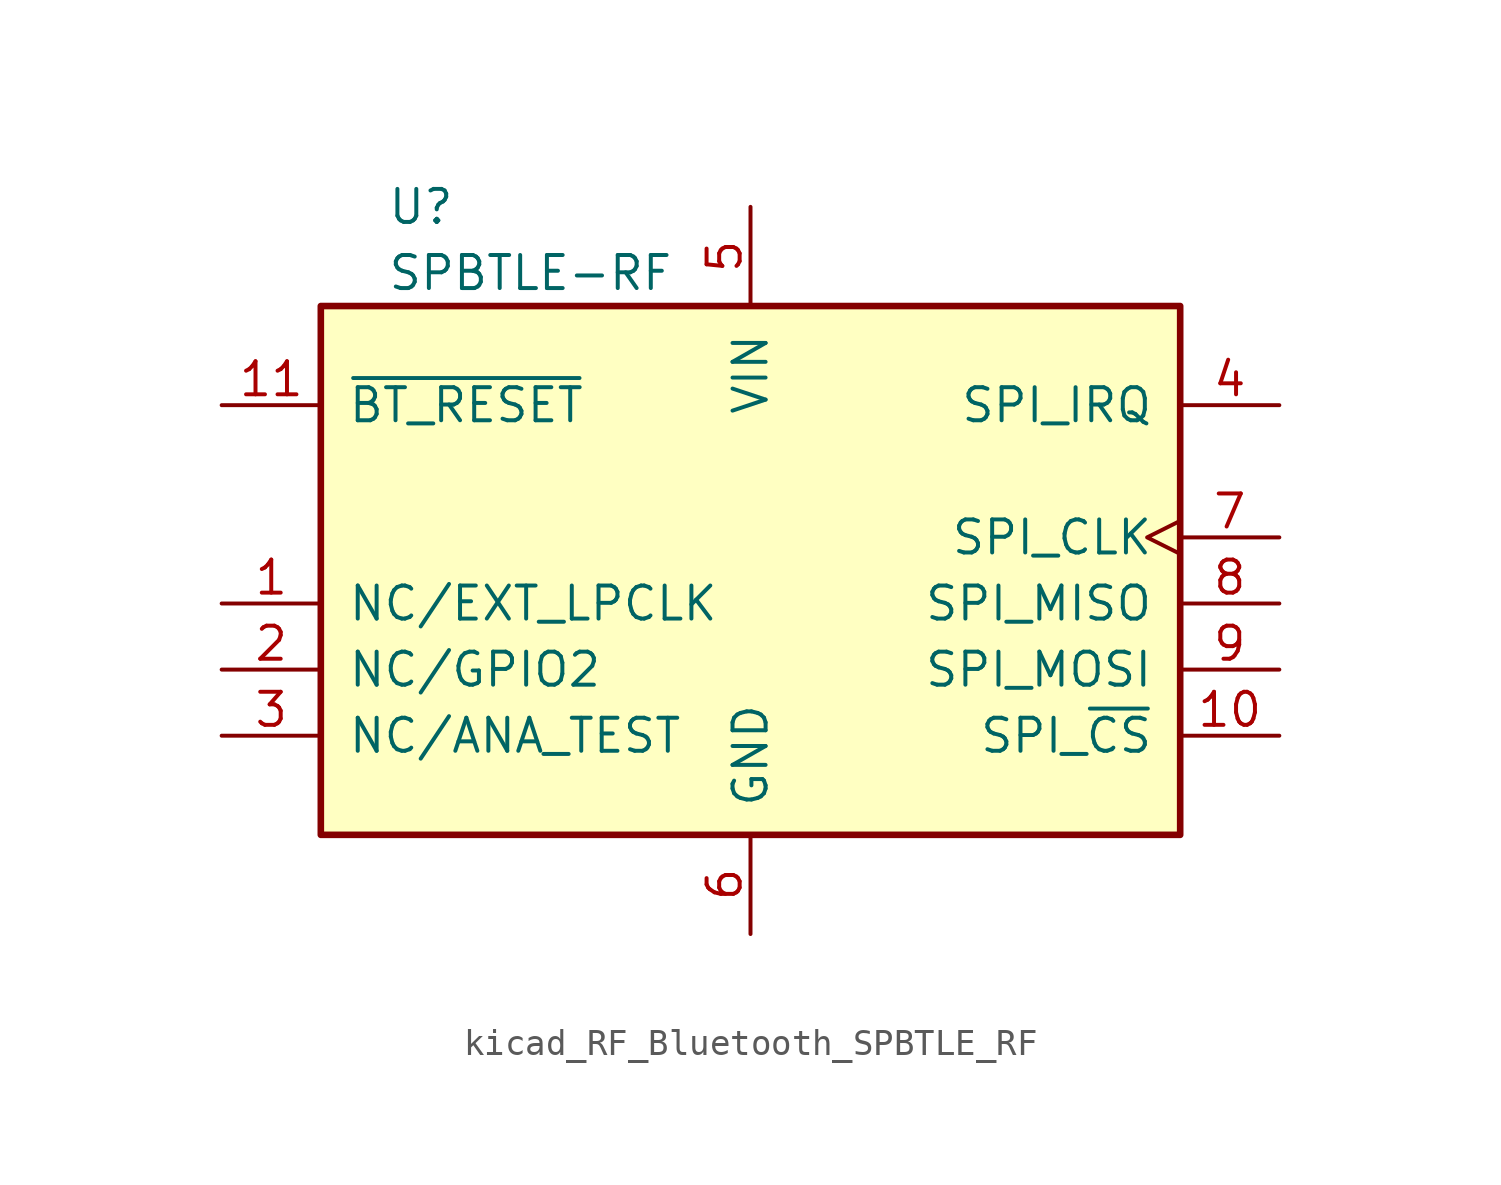
<source format=kicad_sym>
(kicad_symbol_lib
  (version 20220914)
  (generator kicad_symbol_editor)
  (symbol "kicad_RF_Bluetooth_SPBTLE_RF"
    (pin_names
      (offset 1.016))
    (property "Reference" "U"
      (at -13.97 12.7 0)
      (effects (font (size 1.27 1.27)) (justify left)))
    (property "Value" "SPBTLE-RF"
      (at -13.97 10.16 0)
      (effects (font (size 1.27 1.27)) (justify left)))
    (symbol "kicad_RF_Bluetooth_SPBTLE_RF_0_1"
      (rectangle (start -16.51 8.89) (end 16.51 -11.43) (stroke (width 0.254) (type default)) (fill (type background))))
    (symbol "kicad_RF_Bluetooth_SPBTLE_RF_1_1"
      (pin input line (at -20.32 -2.54 0) (length 3.81) (name "NC/EXT_LPCLK" (effects (font (size 1.27 1.27)))) (number "1" (effects (font (size 1.27 1.27)))))
      (pin input line (at 20.32 -7.62 180) (length 3.81) (name "SPI_~{CS}" (effects (font (size 1.27 1.27)))) (number "10" (effects (font (size 1.27 1.27)))))
      (pin input line (at -20.32 5.08 0) (length 3.81) (name "~{BT_RESET}" (effects (font (size 1.27 1.27)))) (number "11" (effects (font (size 1.27 1.27)))))
      (pin bidirectional line (at -20.32 -5.08 0) (length 3.81) (name "NC/GPIO2" (effects (font (size 1.27 1.27)))) (number "2" (effects (font (size 1.27 1.27)))))
      (pin input line (at -20.32 -7.62 0) (length 3.81) (name "NC/ANA_TEST" (effects (font (size 1.27 1.27)))) (number "3" (effects (font (size 1.27 1.27)))))
      (pin output line (at 20.32 5.08 180) (length 3.81) (name "SPI_IRQ" (effects (font (size 1.27 1.27)))) (number "4" (effects (font (size 1.27 1.27)))))
      (pin power_in line (at 0 12.7 270) (length 3.81) (name "VIN" (effects (font (size 1.27 1.27)))) (number "5" (effects (font (size 1.27 1.27)))))
      (pin power_in line (at 0 -15.24 90) (length 3.81) (name "GND" (effects (font (size 1.27 1.27)))) (number "6" (effects (font (size 1.27 1.27)))))
      (pin input clock (at 20.32 0 180) (length 3.81) (name "SPI_CLK" (effects (font (size 1.27 1.27)))) (number "7" (effects (font (size 1.27 1.27)))))
      (pin output line (at 20.32 -2.54 180) (length 3.81) (name "SPI_MISO" (effects (font (size 1.27 1.27)))) (number "8" (effects (font (size 1.27 1.27)))))
      (pin input line (at 20.32 -5.08 180) (length 3.81) (name "SPI_MOSI" (effects (font (size 1.27 1.27)))) (number "9" (effects (font (size 1.27 1.27))))))))
</source>
